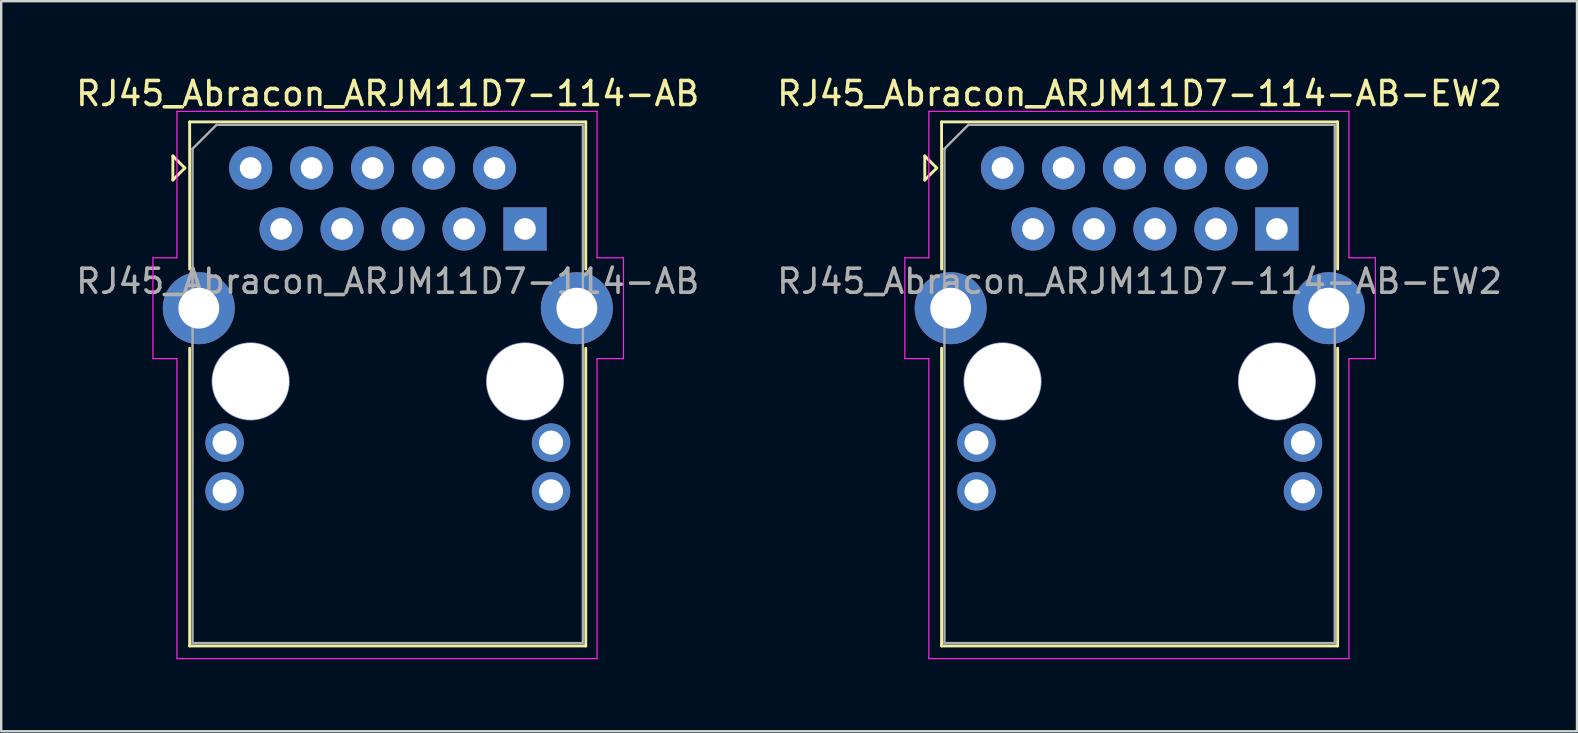
<source format=kicad_pcb>
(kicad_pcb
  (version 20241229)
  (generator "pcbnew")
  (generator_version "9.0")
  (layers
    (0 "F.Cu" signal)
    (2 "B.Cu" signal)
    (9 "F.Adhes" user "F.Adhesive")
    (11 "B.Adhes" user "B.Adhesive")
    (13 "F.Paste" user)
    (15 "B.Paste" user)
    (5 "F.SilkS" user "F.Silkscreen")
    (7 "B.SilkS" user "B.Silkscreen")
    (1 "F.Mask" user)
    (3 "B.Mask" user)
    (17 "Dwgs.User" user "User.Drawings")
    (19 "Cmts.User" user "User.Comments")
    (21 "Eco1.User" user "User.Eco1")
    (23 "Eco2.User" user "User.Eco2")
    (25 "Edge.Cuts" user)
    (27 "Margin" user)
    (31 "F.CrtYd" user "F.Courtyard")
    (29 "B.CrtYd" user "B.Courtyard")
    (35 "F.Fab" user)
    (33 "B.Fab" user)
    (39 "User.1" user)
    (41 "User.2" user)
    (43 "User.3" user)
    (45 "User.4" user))
  (footprint "RJ45_Abracon_ARJM11D7-114-AB"
    (layer "F.Cu")
    (at 18.821 6.488)
    (property "Reference" "RJ45_Abracon_ARJM11D7-114-AB" (at -5.72 -5.64 0) (layer "F.SilkS") (effects (font (size 1 1) (thickness 0.15))))
    (attr through_hole)
    (fp_line (start -14.67 -3.04) (end -14.67 -2.04) (stroke (width 0.12) (type solid)) (layer "F.SilkS"))
    (fp_line (start -14.67 -2.04) (end -14.17 -2.54) (stroke (width 0.12) (type solid)) (layer "F.SilkS"))
    (fp_line (start -14.17 -2.54) (end -14.67 -3.04) (stroke (width 0.12) (type solid)) (layer "F.SilkS"))
    (fp_line (start -13.97 -4.46) (end -13.97 1.67) (stroke (width 0.12) (type solid)) (layer "F.SilkS"))
    (fp_line (start -13.97 -4.46) (end 2.53 -4.46) (stroke (width 0.12) (type solid)) (layer "F.SilkS"))
    (fp_line (start -13.97 4.97) (end -13.97 17.37) (stroke (width 0.12) (type solid)) (layer "F.SilkS"))
    (fp_line (start -13.97 17.37) (end 2.53 17.37) (stroke (width 0.12) (type solid)) (layer "F.SilkS"))
    (fp_line (start 2.53 -4.46) (end 2.53 1.67) (stroke (width 0.12) (type solid)) (layer "F.SilkS"))
    (fp_line (start 2.53 4.97) (end 2.53 17.37) (stroke (width 0.12) (type solid)) (layer "F.SilkS"))
    (fp_line (start -15.5 1.2) (end -15.5 5.4) (stroke (width 0.05) (type solid)) (layer "F.CrtYd"))
    (fp_line (start -15.5 5.4) (end -14.5 5.4) (stroke (width 0.05) (type solid)) (layer "F.CrtYd"))
    (fp_line (start -14.5 -4.9) (end -14.5 1.2) (stroke (width 0.05) (type solid)) (layer "F.CrtYd"))
    (fp_line (start -14.5 -4.9) (end 3 -4.9) (stroke (width 0.05) (type solid)) (layer "F.CrtYd"))
    (fp_line (start -14.5 1.2) (end -15.5 1.2) (stroke (width 0.05) (type solid)) (layer "F.CrtYd"))
    (fp_line (start -14.5 5.4) (end -14.5 17.9) (stroke (width 0.05) (type solid)) (layer "F.CrtYd"))
    (fp_line (start -14.5 17.9) (end 3 17.9) (stroke (width 0.05) (type solid)) (layer "F.CrtYd"))
    (fp_line (start 3 -4.9) (end 3 1.2) (stroke (width 0.05) (type solid)) (layer "F.CrtYd"))
    (fp_line (start 3 5.4) (end 3 17.9) (stroke (width 0.05) (type solid)) (layer "F.CrtYd"))
    (fp_line (start 3 5.4) (end 4.1 5.4) (stroke (width 0.05) (type solid)) (layer "F.CrtYd"))
    (fp_line (start 4.1 1.2) (end 3 1.2) (stroke (width 0.05) (type solid)) (layer "F.CrtYd"))
    (fp_line (start 4.1 1.2) (end 4.1 5.4) (stroke (width 0.05) (type solid)) (layer "F.CrtYd"))
    (fp_line (start -13.85 -3.34) (end -12.85 -4.34) (stroke (width 0.1) (type solid)) (layer "F.Fab"))
    (fp_line (start -13.85 17.25) (end -13.85 -3.34) (stroke (width 0.1) (type solid)) (layer "F.Fab"))
    (fp_line (start -12.85 -4.34) (end 2.41 -4.34) (stroke (width 0.1) (type solid)) (layer "F.Fab"))
    (fp_line (start 2.41 -4.34) (end 2.41 17.25) (stroke (width 0.1) (type solid)) (layer "F.Fab"))
    (fp_line (start 2.41 17.25) (end -13.85 17.25) (stroke (width 0.1) (type solid)) (layer "F.Fab"))
    (fp_text user "${REFERENCE}" (at -5.72 2.18 0) (layer "F.Fab") (effects (font (size 1 1) (thickness 0.15))))
    (pad "" np_thru_hole circle (at -11.43 6.35) (size 3.25 3.25) (drill 3.2) (layers "*.Cu" "*.Mask"))
    (pad "" np_thru_hole circle (at 0 6.35) (size 3.25 3.25) (drill 3.2) (layers "*.Cu" "*.Mask"))
    (pad "1" thru_hole rect (at 0 0) (size 1.8 1.8) (drill 0.9) (layers "*.Cu" "*.Mask"))
    (pad "2" thru_hole circle (at -1.27 -2.54) (size 1.8 1.8) (drill 0.9) (layers "*.Cu" "*.Mask"))
    (pad "3" thru_hole circle (at -2.54 0) (size 1.8 1.8) (drill 0.9) (layers "*.Cu" "*.Mask"))
    (pad "4" thru_hole circle (at -3.81 -2.54) (size 1.8 1.8) (drill 0.9) (layers "*.Cu" "*.Mask"))
    (pad "5" thru_hole circle (at -5.08 0) (size 1.8 1.8) (drill 0.9) (layers "*.Cu" "*.Mask"))
    (pad "6" thru_hole circle (at -6.35 -2.54) (size 1.8 1.8) (drill 0.9) (layers "*.Cu" "*.Mask"))
    (pad "7" thru_hole circle (at -7.62 0) (size 1.8 1.8) (drill 0.9) (layers "*.Cu" "*.Mask"))
    (pad "8" thru_hole circle (at -8.89 -2.54) (size 1.8 1.8) (drill 0.9) (layers "*.Cu" "*.Mask"))
    (pad "9" thru_hole circle (at -10.16 0) (size 1.8 1.8) (drill 0.9) (layers "*.Cu" "*.Mask"))
    (pad "10" thru_hole circle (at -11.43 -2.54) (size 1.8 1.8) (drill 0.9) (layers "*.Cu" "*.Mask"))
    (pad "11" thru_hole circle (at -13.59 3.3) (size 3 3) (drill 1.7) (layers "*.Cu" "*.Mask"))
    (pad "11" thru_hole circle (at 2.16 3.3) (size 3 3) (drill 1.7) (layers "*.Cu" "*.Mask"))
    (pad "L1" thru_hole circle (at -12.515 8.9) (size 1.6 1.6) (drill 1) (layers "*.Cu" "*.Mask"))
    (pad "L2" thru_hole circle (at -12.515 10.93) (size 1.6 1.6) (drill 1) (layers "*.Cu" "*.Mask"))
    (pad "L3" thru_hole circle (at 1.085 8.9) (size 1.6 1.6) (drill 1) (layers "*.Cu" "*.Mask"))
    (pad "L4" thru_hole circle (at 1.085 10.93) (size 1.6 1.6) (drill 1) (layers "*.Cu" "*.Mask")))
  (footprint "RJ45_Abracon_ARJM11D7-114-AB-EW2"
    (layer "F.Cu")
    (at 50.143 6.488)
    (property "Reference" "RJ45_Abracon_ARJM11D7-114-AB-EW2" (at -5.72 -5.64 0) (layer "F.SilkS") (effects (font (size 1 1) (thickness 0.15))))
    (attr through_hole)
    (fp_line (start -14.67 -3.04) (end -14.67 -2.04) (stroke (width 0.12) (type solid)) (layer "F.SilkS"))
    (fp_line (start -14.67 -2.04) (end -14.17 -2.54) (stroke (width 0.12) (type solid)) (layer "F.SilkS"))
    (fp_line (start -14.17 -2.54) (end -14.67 -3.04) (stroke (width 0.12) (type solid)) (layer "F.SilkS"))
    (fp_line (start -13.97 -4.46) (end -13.97 1.67) (stroke (width 0.12) (type solid)) (layer "F.SilkS"))
    (fp_line (start -13.97 -4.46) (end 2.53 -4.46) (stroke (width 0.12) (type solid)) (layer "F.SilkS"))
    (fp_line (start -13.97 4.97) (end -13.97 17.37) (stroke (width 0.12) (type solid)) (layer "F.SilkS"))
    (fp_line (start -13.97 17.37) (end 2.53 17.37) (stroke (width 0.12) (type solid)) (layer "F.SilkS"))
    (fp_line (start 2.53 -4.46) (end 2.53 1.67) (stroke (width 0.12) (type solid)) (layer "F.SilkS"))
    (fp_line (start 2.53 4.97) (end 2.53 17.37) (stroke (width 0.12) (type solid)) (layer "F.SilkS"))
    (fp_line (start -15.5 1.2) (end -15.5 5.4) (stroke (width 0.05) (type solid)) (layer "F.CrtYd"))
    (fp_line (start -15.5 5.4) (end -14.5 5.4) (stroke (width 0.05) (type solid)) (layer "F.CrtYd"))
    (fp_line (start -14.5 -4.9) (end -14.5 1.2) (stroke (width 0.05) (type solid)) (layer "F.CrtYd"))
    (fp_line (start -14.5 -4.9) (end 3 -4.9) (stroke (width 0.05) (type solid)) (layer "F.CrtYd"))
    (fp_line (start -14.5 1.2) (end -15.5 1.2) (stroke (width 0.05) (type solid)) (layer "F.CrtYd"))
    (fp_line (start -14.5 5.4) (end -14.5 17.9) (stroke (width 0.05) (type solid)) (layer "F.CrtYd"))
    (fp_line (start -14.5 17.9) (end 3 17.9) (stroke (width 0.05) (type solid)) (layer "F.CrtYd"))
    (fp_line (start 3 -4.9) (end 3 1.2) (stroke (width 0.05) (type solid)) (layer "F.CrtYd"))
    (fp_line (start 3 5.4) (end 3 17.9) (stroke (width 0.05) (type solid)) (layer "F.CrtYd"))
    (fp_line (start 3 5.4) (end 4.1 5.4) (stroke (width 0.05) (type solid)) (layer "F.CrtYd"))
    (fp_line (start 4.1 1.2) (end 3 1.2) (stroke (width 0.05) (type solid)) (layer "F.CrtYd"))
    (fp_line (start 4.1 1.2) (end 4.1 5.4) (stroke (width 0.05) (type solid)) (layer "F.CrtYd"))
    (fp_line (start -13.85 -3.34) (end -12.85 -4.34) (stroke (width 0.1) (type solid)) (layer "F.Fab"))
    (fp_line (start -13.85 17.25) (end -13.85 -3.34) (stroke (width 0.1) (type solid)) (layer "F.Fab"))
    (fp_line (start -12.85 -4.34) (end 2.41 -4.34) (stroke (width 0.1) (type solid)) (layer "F.Fab"))
    (fp_line (start 2.41 -4.34) (end 2.41 17.25) (stroke (width 0.1) (type solid)) (layer "F.Fab"))
    (fp_line (start 2.41 17.25) (end -13.85 17.25) (stroke (width 0.1) (type solid)) (layer "F.Fab"))
    (fp_text user "${REFERENCE}" (at -5.72 2.18 0) (layer "F.Fab") (effects (font (size 1 1) (thickness 0.15))))
    (pad "" np_thru_hole circle (at -11.43 6.35) (size 3.25 3.25) (drill 3.2) (layers "*.Cu" "*.Mask"))
    (pad "" np_thru_hole circle (at 0 6.35) (size 3.25 3.25) (drill 3.2) (layers "*.Cu" "*.Mask"))
    (pad "1" thru_hole rect (at 0 0) (size 1.8 1.8) (drill 0.9) (layers "*.Cu" "*.Mask"))
    (pad "2" thru_hole circle (at -1.27 -2.54) (size 1.8 1.8) (drill 0.9) (layers "*.Cu" "*.Mask"))
    (pad "3" thru_hole circle (at -2.54 0) (size 1.8 1.8) (drill 0.9) (layers "*.Cu" "*.Mask"))
    (pad "4" thru_hole circle (at -3.81 -2.54) (size 1.8 1.8) (drill 0.9) (layers "*.Cu" "*.Mask"))
    (pad "5" thru_hole circle (at -5.08 0) (size 1.8 1.8) (drill 0.9) (layers "*.Cu" "*.Mask"))
    (pad "6" thru_hole circle (at -6.35 -2.54) (size 1.8 1.8) (drill 0.9) (layers "*.Cu" "*.Mask"))
    (pad "7" thru_hole circle (at -7.62 0) (size 1.8 1.8) (drill 0.9) (layers "*.Cu" "*.Mask"))
    (pad "8" thru_hole circle (at -8.89 -2.54) (size 1.8 1.8) (drill 0.9) (layers "*.Cu" "*.Mask"))
    (pad "9" thru_hole circle (at -10.16 0) (size 1.8 1.8) (drill 0.9) (layers "*.Cu" "*.Mask"))
    (pad "10" thru_hole circle (at -11.43 -2.54) (size 1.8 1.8) (drill 0.9) (layers "*.Cu" "*.Mask"))
    (pad "11" thru_hole circle (at -13.59 3.3) (size 3 3) (drill 1.7) (layers "*.Cu" "*.Mask"))
    (pad "11" thru_hole circle (at 2.16 3.3) (size 3 3) (drill 1.7) (layers "*.Cu" "*.Mask"))
    (pad "L1" thru_hole circle (at -12.515 8.9) (size 1.6 1.6) (drill 1) (layers "*.Cu" "*.Mask"))
    (pad "L2" thru_hole circle (at -12.515 10.93) (size 1.6 1.6) (drill 1) (layers "*.Cu" "*.Mask"))
    (pad "L3" thru_hole circle (at 1.085 8.9) (size 1.6 1.6) (drill 1) (layers "*.Cu" "*.Mask"))
    (pad "L4" thru_hole circle (at 1.085 10.93) (size 1.6 1.6) (drill 1) (layers "*.Cu" "*.Mask")))
  (gr_rect
    (start -3 -3)
    (end 62.643 27.413)
    (stroke (width 0.1) (type default))
    (fill no)
    (layer "Edge.Cuts")))
</source>
